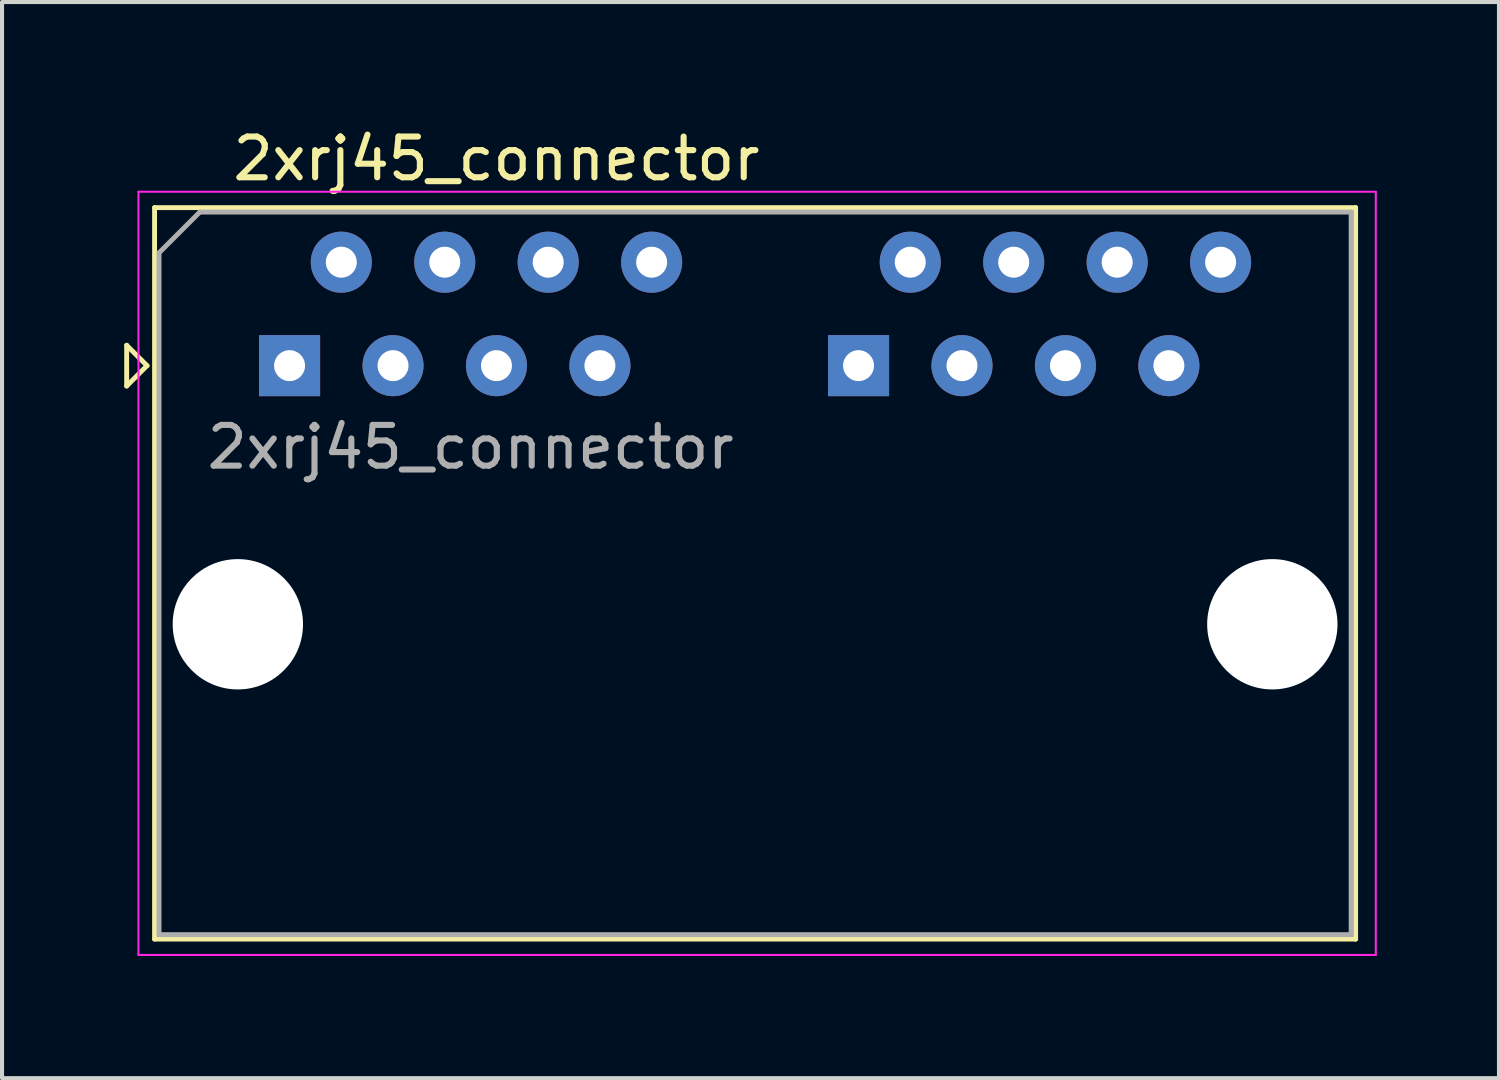
<source format=kicad_pcb>
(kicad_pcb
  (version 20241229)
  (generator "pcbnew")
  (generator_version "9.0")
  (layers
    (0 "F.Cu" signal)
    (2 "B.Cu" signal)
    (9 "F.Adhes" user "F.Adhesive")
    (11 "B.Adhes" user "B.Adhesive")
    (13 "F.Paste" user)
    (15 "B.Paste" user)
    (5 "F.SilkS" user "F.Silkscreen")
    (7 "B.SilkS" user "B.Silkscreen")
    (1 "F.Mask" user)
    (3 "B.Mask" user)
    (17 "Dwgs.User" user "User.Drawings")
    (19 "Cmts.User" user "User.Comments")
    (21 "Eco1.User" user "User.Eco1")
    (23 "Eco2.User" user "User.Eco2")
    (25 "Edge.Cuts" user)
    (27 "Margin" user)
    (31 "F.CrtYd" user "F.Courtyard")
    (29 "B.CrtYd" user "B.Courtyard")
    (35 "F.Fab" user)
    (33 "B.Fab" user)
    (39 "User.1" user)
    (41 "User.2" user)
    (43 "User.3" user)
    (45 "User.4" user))
  (footprint "2xrj45_connector"
    (layer "F.Cu")
    (at 2.79 12.278)
    (property "Reference" "2xrj45_connector" (at 6.35 -11.43 0) (layer "F.SilkS") (effects (font (size 1 1) (thickness 0.15))))
    (attr through_hole)
    (fp_line (start -2.73 -6.85) (end -2.73 -5.85) (stroke (width 0.12) (type solid)) (layer "F.SilkS"))
    (fp_line (start -2.73 -5.85) (end -2.23 -6.35) (stroke (width 0.12) (type solid)) (layer "F.SilkS"))
    (fp_line (start -2.23 -6.35) (end -2.73 -6.85) (stroke (width 0.12) (type solid)) (layer "F.SilkS"))
    (fp_line (start -2.045 -10.23) (end -2.045 7.73) (stroke (width 0.12) (type solid)) (layer "F.SilkS"))
    (fp_line (start -2.045 7.73) (end 27.445 7.73) (stroke (width 0.12) (type solid)) (layer "F.SilkS"))
    (fp_line (start 27.445 -10.23) (end -2.045 -10.23) (stroke (width 0.12) (type solid)) (layer "F.SilkS"))
    (fp_line (start 27.445 -10.23) (end 27.445 7.73) (stroke (width 0.12) (type solid)) (layer "F.SilkS"))
    (fp_line (start -2.44 -10.62) (end -2.44 8.12) (stroke (width 0.05) (type solid)) (layer "F.CrtYd"))
    (fp_line (start -2.44 -10.62) (end 27.94 -10.62) (stroke (width 0.05) (type solid)) (layer "F.CrtYd"))
    (fp_line (start 27.94 8.12) (end -2.44 8.12) (stroke (width 0.05) (type solid)) (layer "F.CrtYd"))
    (fp_line (start 27.94 8.12) (end 27.94 -10.62) (stroke (width 0.05) (type solid)) (layer "F.CrtYd"))
    (fp_line (start -1.935 -9.12) (end -0.935 -10.12) (stroke (width 0.12) (type solid)) (layer "F.Fab"))
    (fp_line (start -1.935 7.62) (end -1.935 -9.12) (stroke (width 0.12) (type solid)) (layer "F.Fab"))
    (fp_line (start -0.935 -10.12) (end 27.335 -10.12) (stroke (width 0.12) (type solid)) (layer "F.Fab"))
    (fp_line (start 27.335 -10.12) (end 27.335 7.62) (stroke (width 0.12) (type solid)) (layer "F.Fab"))
    (fp_line (start 27.335 7.62) (end -1.935 7.62) (stroke (width 0.12) (type solid)) (layer "F.Fab"))
    (fp_text user "${REFERENCE}" (at 5.715 -4.35 0) (layer "F.Fab") (effects (font (size 1 1) (thickness 0.15))))
    (pad "" np_thru_hole circle (at 0 0) (size 3.2 3.2) (drill 3.2) (layers "*.Cu" "*.Mask"))
    (pad "" np_thru_hole circle (at 25.4 0) (size 3.2 3.2) (drill 3.2) (layers "*.Cu" "*.Mask"))
    (pad "1" thru_hole rect (at 1.27 -6.35) (size 1.5 1.5) (drill 0.76) (layers "*.Cu" "*.Mask"))
    (pad "2" thru_hole circle (at 2.54 -8.89) (size 1.5 1.5) (drill 0.76) (layers "*.Cu" "*.Mask"))
    (pad "3" thru_hole circle (at 3.81 -6.35) (size 1.5 1.5) (drill 0.76) (layers "*.Cu" "*.Mask"))
    (pad "4" thru_hole circle (at 5.08 -8.89) (size 1.5 1.5) (drill 0.76) (layers "*.Cu" "*.Mask"))
    (pad "5" thru_hole circle (at 6.35 -6.35) (size 1.5 1.5) (drill 0.76) (layers "*.Cu" "*.Mask"))
    (pad "6" thru_hole circle (at 7.62 -8.89) (size 1.5 1.5) (drill 0.76) (layers "*.Cu" "*.Mask"))
    (pad "7" thru_hole circle (at 8.89 -6.35) (size 1.5 1.5) (drill 0.76) (layers "*.Cu" "*.Mask"))
    (pad "8" thru_hole circle (at 10.16 -8.89) (size 1.5 1.5) (drill 0.76) (layers "*.Cu" "*.Mask"))
    (pad "11" thru_hole rect (at 15.24 -6.35) (size 1.5 1.5) (drill 0.76) (layers "*.Cu" "*.Mask"))
    (pad "12" thru_hole circle (at 16.51 -8.89) (size 1.5 1.5) (drill 0.76) (layers "*.Cu" "*.Mask"))
    (pad "13" thru_hole circle (at 17.78 -6.35) (size 1.5 1.5) (drill 0.76) (layers "*.Cu" "*.Mask"))
    (pad "14" thru_hole circle (at 19.05 -8.89) (size 1.5 1.5) (drill 0.76) (layers "*.Cu" "*.Mask"))
    (pad "15" thru_hole circle (at 20.32 -6.35) (size 1.5 1.5) (drill 0.76) (layers "*.Cu" "*.Mask"))
    (pad "16" thru_hole circle (at 21.59 -8.89) (size 1.5 1.5) (drill 0.76) (layers "*.Cu" "*.Mask"))
    (pad "17" thru_hole circle (at 22.86 -6.35) (size 1.5 1.5) (drill 0.76) (layers "*.Cu" "*.Mask"))
    (pad "18" thru_hole circle (at 24.13 -8.89) (size 1.5 1.5) (drill 0.76) (layers "*.Cu" "*.Mask")))
  (gr_rect
    (start -3 -3)
    (end 33.755 23.423)
    (stroke (width 0.1) (type default))
    (fill no)
    (layer "Edge.Cuts")))
</source>
